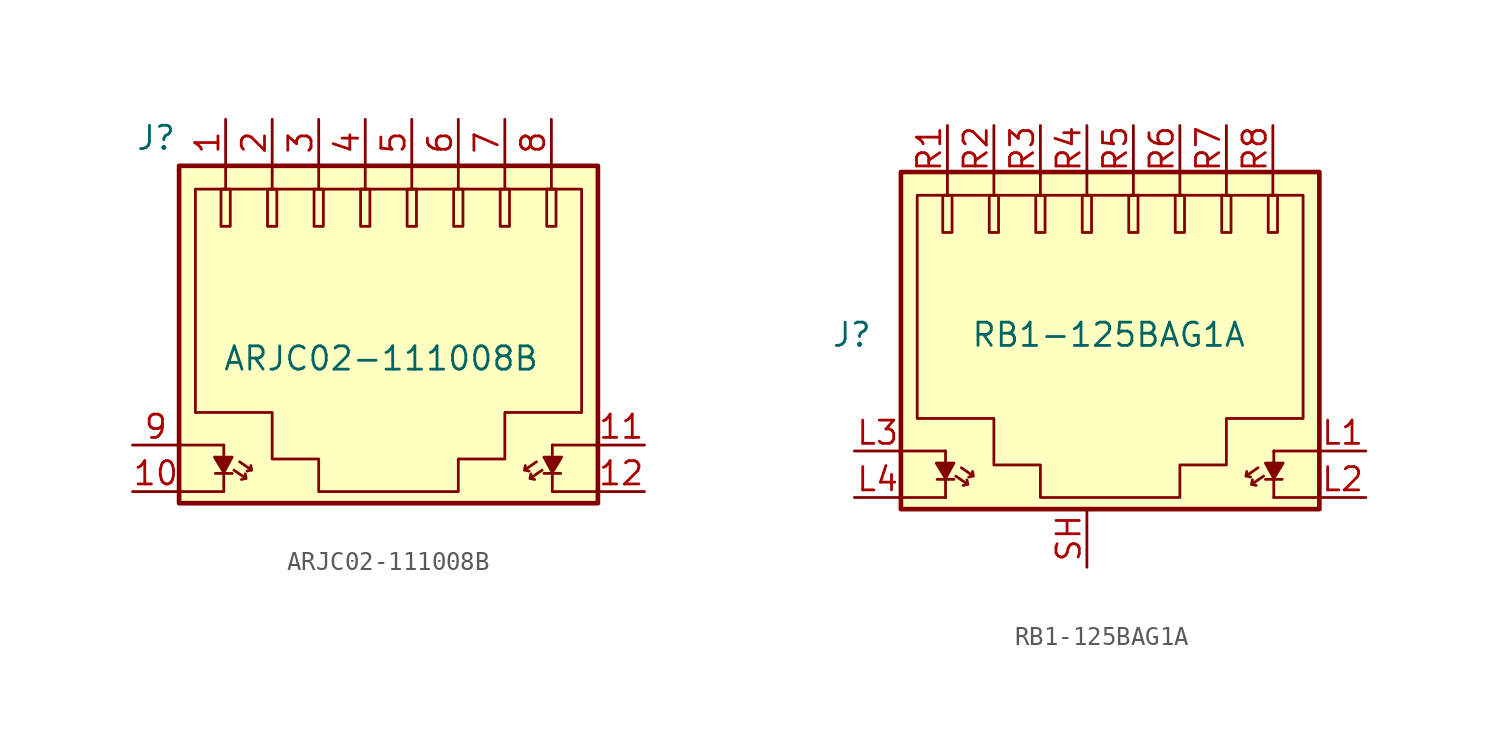
<source format=kicad_sym>
(kicad_symbol_lib
  (version 20211014)
  (generator kicad_symbol_editor)
  (symbol "ARJC02-111008B"
    (pin_names
      (offset 0.025))
    (property "Reference" "J"
      (at -10.287 9.144 0)
      (effects (font (size 1.27 1.27)) (justify right)))
    (property "Value" "ARJC02-111008B"
      (at 0.864 -2.896 0)
      (effects (font (size 1.27 1.27))))
    (symbol "ARJC02-111008B_0_1"
      (rectangle (start -10.16 7.62) (end 12.7 -10.795) (stroke (width 0.254) (type default) (color 0 0 0 0)) (fill (type background)))
      (rectangle (start -7.874 6.35) (end -7.366 4.318) (stroke (width 0) (type default) (color 0 0 0 0)) (fill (type none)))
      (rectangle (start -5.334 6.35) (end -4.826 4.318) (stroke (width 0) (type default) (color 0 0 0 0)) (fill (type none)))
      (rectangle (start -2.794 6.35) (end -2.286 4.318) (stroke (width 0) (type default) (color 0 0 0 0)) (fill (type none)))
      (rectangle (start -0.254 6.35) (end 0.254 4.318) (stroke (width 0) (type default) (color 0 0 0 0)) (fill (type none)))
      (polyline (pts (xy -10.16 -10.16) (xy -7.722 -10.16)) (stroke (width 0) (type default) (color 0 0 0 0)) (fill (type none)))
      (polyline (pts (xy -10.16 -7.62) (xy -7.722 -7.62)) (stroke (width 0) (type default) (color 0 0 0 0)) (fill (type none)))
      (polyline (pts (xy -8.179 -9.169) (xy -7.264 -9.169)) (stroke (width 0) (type default) (color 0 0 0 0)) (fill (type none)))
      (polyline (pts (xy -7.722 -9.22) (xy -7.722 -10.16)) (stroke (width 0) (type default) (color 0 0 0 0)) (fill (type none)))
      (polyline (pts (xy -7.722 -8.28) (xy -7.722 -7.62)) (stroke (width 0) (type default) (color 0 0 0 0)) (fill (type none)))
      (polyline (pts (xy -7.62 7.62) (xy -7.62 6.35)) (stroke (width 0) (type default) (color 0 0 0 0)) (fill (type none)))
      (polyline (pts (xy -6.553 -9.449) (xy -6.756 -9.5)) (stroke (width 0) (type default) (color 0 0 0 0)) (fill (type none)))
      (polyline (pts (xy -6.248 -8.992) (xy -6.452 -9.042)) (stroke (width 0) (type default) (color 0 0 0 0)) (fill (type none)))
      (polyline (pts (xy -5.08 7.62) (xy -5.08 6.35)) (stroke (width 0) (type default) (color 0 0 0 0)) (fill (type none)))
      (polyline (pts (xy -2.54 7.62) (xy -2.54 6.35)) (stroke (width 0) (type default) (color 0 0 0 0)) (fill (type none)))
      (polyline (pts (xy 0 7.62) (xy 0 6.35)) (stroke (width 0) (type default) (color 0 0 0 0)) (fill (type none)))
      (polyline (pts (xy 2.54 7.62) (xy 2.54 6.35)) (stroke (width 0) (type default) (color 0 0 0 0)) (fill (type none)))
      (polyline (pts (xy 5.08 7.62) (xy 5.08 6.35)) (stroke (width 0) (type default) (color 0 0 0 0)) (fill (type none)))
      (polyline (pts (xy 7.62 7.62) (xy 7.62 6.35)) (stroke (width 0) (type default) (color 0 0 0 0)) (fill (type none)))
      (polyline (pts (xy 8.738 -8.992) (xy 8.941 -9.042)) (stroke (width 0) (type default) (color 0 0 0 0)) (fill (type none)))
      (polyline (pts (xy 9.042 -9.449) (xy 9.246 -9.5)) (stroke (width 0) (type default) (color 0 0 0 0)) (fill (type none)))
      (polyline (pts (xy 10.16 7.62) (xy 10.16 6.35)) (stroke (width 0) (type default) (color 0 0 0 0)) (fill (type none)))
      (polyline (pts (xy 10.211 -9.22) (xy 10.211 -10.16)) (stroke (width 0) (type default) (color 0 0 0 0)) (fill (type none)))
      (polyline (pts (xy 10.211 -8.28) (xy 10.211 -7.62)) (stroke (width 0) (type default) (color 0 0 0 0)) (fill (type none)))
      (polyline (pts (xy 10.668 -9.169) (xy 9.754 -9.169)) (stroke (width 0) (type default) (color 0 0 0 0)) (fill (type none)))
      (polyline (pts (xy 12.649 -10.16) (xy 10.211 -10.16)) (stroke (width 0) (type default) (color 0 0 0 0)) (fill (type none)))
      (polyline (pts (xy 12.649 -7.62) (xy 10.211 -7.62)) (stroke (width 0) (type default) (color 0 0 0 0)) (fill (type none)))
      (polyline (pts (xy -7.163 -8.992) (xy -6.502 -9.449) (xy -6.553 -9.195)) (stroke (width 0) (type default) (color 0 0 0 0)) (fill (type none)))
      (polyline (pts (xy -6.858 -8.534) (xy -6.198 -8.992) (xy -6.248 -8.738)) (stroke (width 0) (type default) (color 0 0 0 0)) (fill (type none)))
      (polyline (pts (xy 9.347 -8.534) (xy 8.687 -8.992) (xy 8.738 -8.738)) (stroke (width 0) (type default) (color 0 0 0 0)) (fill (type none)))
      (polyline (pts (xy 9.652 -8.992) (xy 8.992 -9.449) (xy 9.042 -9.195)) (stroke (width 0) (type default) (color 0 0 0 0)) (fill (type none)))
      (polyline (pts (xy -8.23 -8.28) (xy -7.264 -8.28) (xy -7.722 -9.119) (xy -8.23 -8.28)) (stroke (width 0) (type default) (color 0 0 0 0)) (fill (type outline)))
      (polyline (pts (xy 10.719 -8.28) (xy 9.754 -8.28) (xy 10.211 -9.119) (xy 10.719 -8.28)) (stroke (width 0) (type default) (color 0 0 0 0)) (fill (type outline)))
      (polyline (pts (xy -9.271 6.35) (xy 11.811 6.35) (xy 11.811 -5.842) (xy 7.62 -5.842) (xy 7.62 -8.382) (xy 5.08 -8.382) (xy 5.08 -10.16) (xy -2.54 -10.16) (xy -2.54 -8.382) (xy -5.08 -8.382) (xy -5.08 -5.842) (xy -9.271 -5.842) (xy -9.271 6.35)) (stroke (width 0) (type default) (color 0 0 0 0)) (fill (type none)))
      (rectangle (start 2.286 6.35) (end 2.794 4.318) (stroke (width 0) (type default) (color 0 0 0 0)) (fill (type none)))
      (rectangle (start 4.826 6.35) (end 5.334 4.318) (stroke (width 0) (type default) (color 0 0 0 0)) (fill (type none)))
      (rectangle (start 7.366 6.35) (end 7.874 4.318) (stroke (width 0) (type default) (color 0 0 0 0)) (fill (type none)))
      (rectangle (start 9.906 6.35) (end 10.414 4.318) (stroke (width 0) (type default) (color 0 0 0 0)) (fill (type none))))
    (symbol "ARJC02-111008B_1_1"
      (pin passive line (at -7.62 10.16 270) (length 2.54) (name "~" (effects (font (size 1.27 1.27)))) (number "1" (effects (font (size 1.27 1.27)))))
      (pin passive line (at -12.7 -10.16 0) (length 2.54) (name "~" (effects (font (size 1.27 1.27)))) (number "10" (effects (font (size 1.27 1.27)))))
      (pin passive line (at 15.24 -7.62 180) (length 2.54) (name "~" (effects (font (size 1.27 1.27)))) (number "11" (effects (font (size 1.27 1.27)))))
      (pin passive line (at 15.24 -10.16 180) (length 2.54) (name "~" (effects (font (size 1.27 1.27)))) (number "12" (effects (font (size 1.27 1.27)))))
      (pin passive line (at -5.08 10.16 270) (length 2.54) (name "~" (effects (font (size 1.27 1.27)))) (number "2" (effects (font (size 1.27 1.27)))))
      (pin passive line (at -2.54 10.16 270) (length 2.54) (name "~" (effects (font (size 1.27 1.27)))) (number "3" (effects (font (size 1.27 1.27)))))
      (pin passive line (at 0 10.16 270) (length 2.54) (name "~" (effects (font (size 1.27 1.27)))) (number "4" (effects (font (size 1.27 1.27)))))
      (pin passive line (at 2.54 10.16 270) (length 2.54) (name "~" (effects (font (size 1.27 1.27)))) (number "5" (effects (font (size 1.27 1.27)))))
      (pin passive line (at 5.08 10.16 270) (length 2.54) (name "~" (effects (font (size 1.27 1.27)))) (number "6" (effects (font (size 1.27 1.27)))))
      (pin passive line (at 7.62 10.16 270) (length 2.54) (name "~" (effects (font (size 1.27 1.27)))) (number "7" (effects (font (size 1.27 1.27)))))
      (pin passive line (at 10.16 10.16 270) (length 2.54) (name "~" (effects (font (size 1.27 1.27)))) (number "8" (effects (font (size 1.27 1.27)))))
      (pin passive line (at -12.7 -7.62 0) (length 2.54) (name "~" (effects (font (size 1.27 1.27)))) (number "9" (effects (font (size 1.27 1.27)))))))
  (symbol "RB1-125BAG1A"
    (pin_names
      (offset 1.016))
    (property "Reference" "J"
      (at -13.97 1.27 0)
      (effects (font (size 1.27 1.27)) (justify left)))
    (property "Value" "RB1-125BAG1A"
      (at -6.35 1.27 0)
      (effects (font (size 1.27 1.27)) (justify left)))
    (symbol "RB1-125BAG1A_1_1"
      (rectangle (start -10.16 10.16) (end 12.7 -8.255) (stroke (width 0.254) (type default) (color 0 0 0 0)) (fill (type background)))
      (rectangle (start -7.874 8.89) (end -7.366 6.858) (stroke (width 0) (type default) (color 0 0 0 0)) (fill (type none)))
      (rectangle (start -5.334 8.89) (end -4.826 6.858) (stroke (width 0) (type default) (color 0 0 0 0)) (fill (type none)))
      (rectangle (start -2.794 8.89) (end -2.286 6.858) (stroke (width 0) (type default) (color 0 0 0 0)) (fill (type none)))
      (rectangle (start -0.254 8.89) (end 0.254 6.858) (stroke (width 0) (type default) (color 0 0 0 0)) (fill (type none)))
      (polyline (pts (xy -10.16 -7.62) (xy -7.722 -7.62)) (stroke (width 0) (type default) (color 0 0 0 0)) (fill (type none)))
      (polyline (pts (xy -10.16 -5.08) (xy -7.722 -5.08)) (stroke (width 0) (type default) (color 0 0 0 0)) (fill (type none)))
      (polyline (pts (xy -8.179 -6.629) (xy -7.264 -6.629)) (stroke (width 0) (type default) (color 0 0 0 0)) (fill (type none)))
      (polyline (pts (xy -7.722 -6.68) (xy -7.722 -7.62)) (stroke (width 0) (type default) (color 0 0 0 0)) (fill (type none)))
      (polyline (pts (xy -7.722 -5.74) (xy -7.722 -5.08)) (stroke (width 0) (type default) (color 0 0 0 0)) (fill (type none)))
      (polyline (pts (xy -7.62 10.16) (xy -7.62 8.89)) (stroke (width 0) (type default) (color 0 0 0 0)) (fill (type none)))
      (polyline (pts (xy -6.553 -6.909) (xy -6.756 -6.96)) (stroke (width 0) (type default) (color 0 0 0 0)) (fill (type none)))
      (polyline (pts (xy -6.248 -6.452) (xy -6.452 -6.502)) (stroke (width 0) (type default) (color 0 0 0 0)) (fill (type none)))
      (polyline (pts (xy -5.08 10.16) (xy -5.08 8.89)) (stroke (width 0) (type default) (color 0 0 0 0)) (fill (type none)))
      (polyline (pts (xy -2.54 10.16) (xy -2.54 8.89)) (stroke (width 0) (type default) (color 0 0 0 0)) (fill (type none)))
      (polyline (pts (xy 0 10.16) (xy 0 8.89)) (stroke (width 0) (type default) (color 0 0 0 0)) (fill (type none)))
      (polyline (pts (xy 2.54 10.16) (xy 2.54 8.89)) (stroke (width 0) (type default) (color 0 0 0 0)) (fill (type none)))
      (polyline (pts (xy 5.08 10.16) (xy 5.08 8.89)) (stroke (width 0) (type default) (color 0 0 0 0)) (fill (type none)))
      (polyline (pts (xy 7.62 10.16) (xy 7.62 8.89)) (stroke (width 0) (type default) (color 0 0 0 0)) (fill (type none)))
      (polyline (pts (xy 8.738 -6.452) (xy 8.941 -6.502)) (stroke (width 0) (type default) (color 0 0 0 0)) (fill (type none)))
      (polyline (pts (xy 9.042 -6.909) (xy 9.246 -6.96)) (stroke (width 0) (type default) (color 0 0 0 0)) (fill (type none)))
      (polyline (pts (xy 10.16 10.16) (xy 10.16 8.89)) (stroke (width 0) (type default) (color 0 0 0 0)) (fill (type none)))
      (polyline (pts (xy 10.211 -6.68) (xy 10.211 -7.62)) (stroke (width 0) (type default) (color 0 0 0 0)) (fill (type none)))
      (polyline (pts (xy 10.211 -5.74) (xy 10.211 -5.08)) (stroke (width 0) (type default) (color 0 0 0 0)) (fill (type none)))
      (polyline (pts (xy 10.668 -6.629) (xy 9.754 -6.629)) (stroke (width 0) (type default) (color 0 0 0 0)) (fill (type none)))
      (polyline (pts (xy 12.649 -7.62) (xy 10.211 -7.62)) (stroke (width 0) (type default) (color 0 0 0 0)) (fill (type none)))
      (polyline (pts (xy 12.649 -5.08) (xy 10.211 -5.08)) (stroke (width 0) (type default) (color 0 0 0 0)) (fill (type none)))
      (polyline (pts (xy -7.163 -6.452) (xy -6.502 -6.909) (xy -6.553 -6.655)) (stroke (width 0) (type default) (color 0 0 0 0)) (fill (type none)))
      (polyline (pts (xy -6.858 -5.994) (xy -6.198 -6.452) (xy -6.248 -6.198)) (stroke (width 0) (type default) (color 0 0 0 0)) (fill (type none)))
      (polyline (pts (xy 9.347 -5.994) (xy 8.687 -6.452) (xy 8.738 -6.198)) (stroke (width 0) (type default) (color 0 0 0 0)) (fill (type none)))
      (polyline (pts (xy 9.652 -6.452) (xy 8.992 -6.909) (xy 9.042 -6.655)) (stroke (width 0) (type default) (color 0 0 0 0)) (fill (type none)))
      (polyline (pts (xy -8.23 -5.74) (xy -7.264 -5.74) (xy -7.722 -6.579) (xy -8.23 -5.74)) (stroke (width 0) (type default) (color 0 0 0 0)) (fill (type outline)))
      (polyline (pts (xy 10.719 -5.74) (xy 9.754 -5.74) (xy 10.211 -6.579) (xy 10.719 -5.74)) (stroke (width 0) (type default) (color 0 0 0 0)) (fill (type outline)))
      (polyline (pts (xy -9.271 8.89) (xy 11.811 8.89) (xy 11.811 -3.302) (xy 7.62 -3.302) (xy 7.62 -5.842) (xy 5.08 -5.842) (xy 5.08 -7.62) (xy -2.54 -7.62) (xy -2.54 -5.842) (xy -5.08 -5.842) (xy -5.08 -3.302) (xy -9.271 -3.302) (xy -9.271 8.89)) (stroke (width 0) (type default) (color 0 0 0 0)) (fill (type none)))
      (rectangle (start 2.286 8.89) (end 2.794 6.858) (stroke (width 0) (type default) (color 0 0 0 0)) (fill (type none)))
      (rectangle (start 4.826 8.89) (end 5.334 6.858) (stroke (width 0) (type default) (color 0 0 0 0)) (fill (type none)))
      (rectangle (start 7.366 8.89) (end 7.874 6.858) (stroke (width 0) (type default) (color 0 0 0 0)) (fill (type none)))
      (rectangle (start 9.906 8.89) (end 10.414 6.858) (stroke (width 0) (type default) (color 0 0 0 0)) (fill (type none)))
      (pin passive line (at 15.24 -5.08 180) (length 2.54) (name "~" (effects (font (size 1.27 1.27)))) (number "L1" (effects (font (size 1.27 1.27)))))
      (pin passive line (at 15.24 -7.62 180) (length 2.54) (name "~" (effects (font (size 1.27 1.27)))) (number "L2" (effects (font (size 1.27 1.27)))))
      (pin passive line (at -12.7 -5.08 0) (length 2.54) (name "~" (effects (font (size 1.27 1.27)))) (number "L3" (effects (font (size 1.27 1.27)))))
      (pin passive line (at -12.7 -7.62 0) (length 2.54) (name "~" (effects (font (size 1.27 1.27)))) (number "L4" (effects (font (size 1.27 1.27)))))
      (pin passive line (at -7.62 12.7 270) (length 2.54) (name "~" (effects (font (size 1.27 1.27)))) (number "R1" (effects (font (size 1.27 1.27)))))
      (pin passive line (at -5.08 12.7 270) (length 2.54) (name "~" (effects (font (size 1.27 1.27)))) (number "R2" (effects (font (size 1.27 1.27)))))
      (pin passive line (at -2.54 12.7 270) (length 2.54) (name "~" (effects (font (size 1.27 1.27)))) (number "R3" (effects (font (size 1.27 1.27)))))
      (pin passive line (at 0 12.7 270) (length 2.54) (name "~" (effects (font (size 1.27 1.27)))) (number "R4" (effects (font (size 1.27 1.27)))))
      (pin passive line (at 2.54 12.7 270) (length 2.54) (name "~" (effects (font (size 1.27 1.27)))) (number "R5" (effects (font (size 1.27 1.27)))))
      (pin passive line (at 5.08 12.7 270) (length 2.54) (name "~" (effects (font (size 1.27 1.27)))) (number "R6" (effects (font (size 1.27 1.27)))))
      (pin passive line (at 7.62 12.7 270) (length 2.54) (name "~" (effects (font (size 1.27 1.27)))) (number "R7" (effects (font (size 1.27 1.27)))))
      (pin passive line (at 10.16 12.7 270) (length 2.54) (name "~" (effects (font (size 1.27 1.27)))) (number "R8" (effects (font (size 1.27 1.27)))))
      (pin passive line (at 0 -11.43 90) (length 3.175) (name "~" (effects (font (size 1.27 1.27)))) (number "SH" (effects (font (size 1.27 1.27))))))))
</source>
